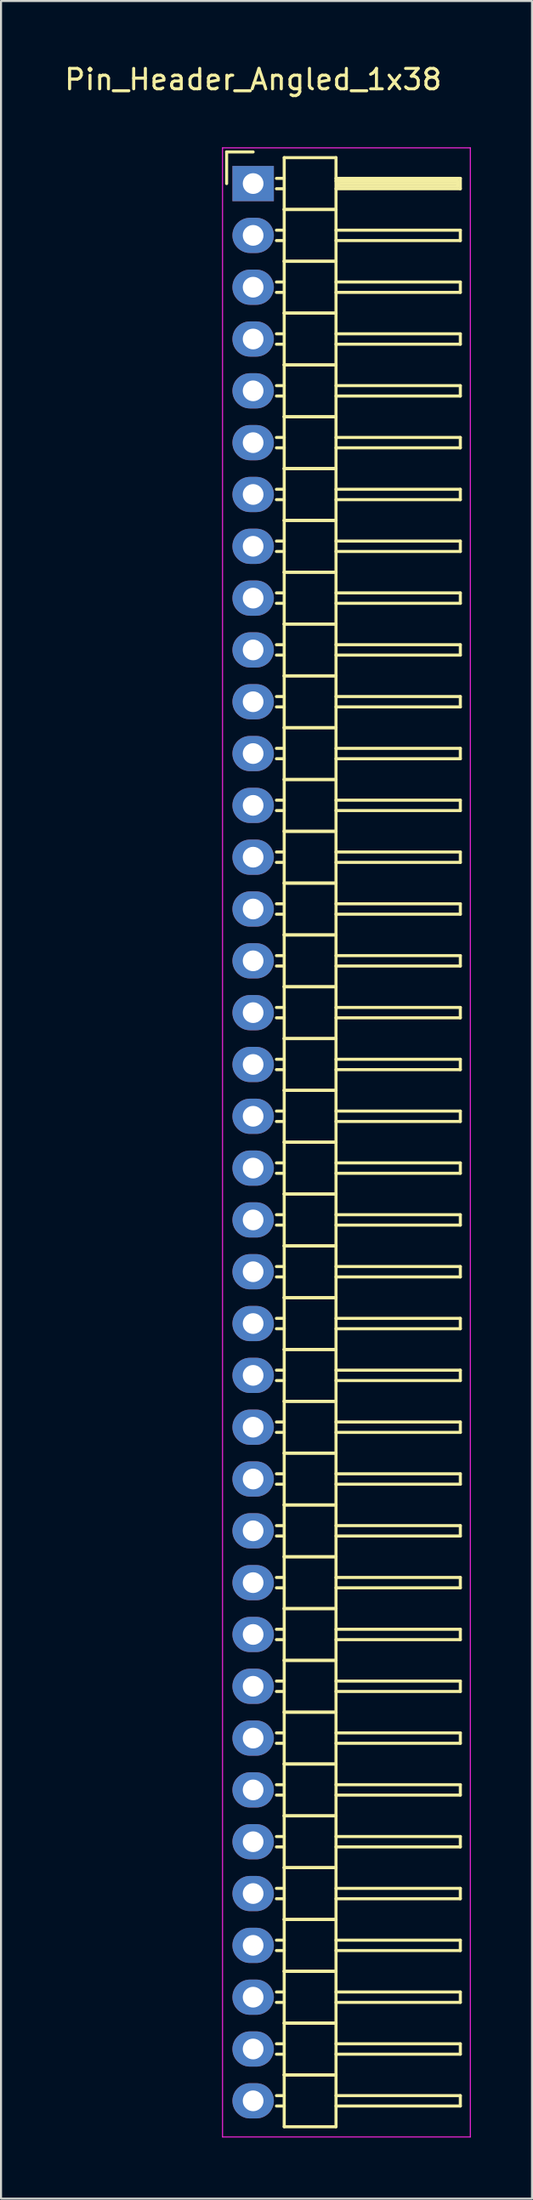
<source format=kicad_pcb>
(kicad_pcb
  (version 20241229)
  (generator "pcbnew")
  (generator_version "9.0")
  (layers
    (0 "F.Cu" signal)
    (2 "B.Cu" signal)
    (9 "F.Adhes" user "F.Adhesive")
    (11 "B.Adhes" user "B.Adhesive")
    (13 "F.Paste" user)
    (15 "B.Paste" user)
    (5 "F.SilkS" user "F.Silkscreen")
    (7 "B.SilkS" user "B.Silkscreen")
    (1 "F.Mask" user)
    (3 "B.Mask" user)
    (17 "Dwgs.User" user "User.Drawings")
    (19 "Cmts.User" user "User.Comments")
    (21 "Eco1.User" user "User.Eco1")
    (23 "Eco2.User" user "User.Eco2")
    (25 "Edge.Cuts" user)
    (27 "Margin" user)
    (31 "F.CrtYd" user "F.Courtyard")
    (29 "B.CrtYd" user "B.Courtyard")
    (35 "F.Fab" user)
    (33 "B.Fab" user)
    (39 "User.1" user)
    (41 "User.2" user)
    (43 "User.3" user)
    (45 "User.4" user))
  (footprint "Pin_Header_Angled_1x38"
    (layer "F.Cu")
    (at 9.363 5.948)
    (property "Reference" "Pin_Header_Angled_1x38" (at 0 -5.1 0) (layer "F.SilkS") (effects (font (size 1 1) (thickness 0.15))))
    (attr through_hole)
    (fp_line (start -1.3 -1.55) (end -1.3 0) (stroke (width 0.15) (type solid)) (layer "F.SilkS"))
    (fp_line (start 0 -1.55) (end -1.3 -1.55) (stroke (width 0.15) (type solid)) (layer "F.SilkS"))
    (fp_line (start 1.524 -1.27) (end 1.524 1.27) (stroke (width 0.15) (type solid)) (layer "F.SilkS"))
    (fp_line (start 1.524 -1.27) (end 4.064 -1.27) (stroke (width 0.15) (type solid)) (layer "F.SilkS"))
    (fp_line (start 1.524 -0.254) (end 1.143 -0.254) (stroke (width 0.15) (type solid)) (layer "F.SilkS"))
    (fp_line (start 1.524 0.254) (end 1.143 0.254) (stroke (width 0.15) (type solid)) (layer "F.SilkS"))
    (fp_line (start 1.524 1.27) (end 1.524 3.81) (stroke (width 0.15) (type solid)) (layer "F.SilkS"))
    (fp_line (start 1.524 1.27) (end 4.064 1.27) (stroke (width 0.15) (type solid)) (layer "F.SilkS"))
    (fp_line (start 1.524 1.27) (end 4.064 1.27) (stroke (width 0.15) (type solid)) (layer "F.SilkS"))
    (fp_line (start 1.524 2.286) (end 1.143 2.286) (stroke (width 0.15) (type solid)) (layer "F.SilkS"))
    (fp_line (start 1.524 2.794) (end 1.143 2.794) (stroke (width 0.15) (type solid)) (layer "F.SilkS"))
    (fp_line (start 1.524 3.81) (end 1.524 6.35) (stroke (width 0.15) (type solid)) (layer "F.SilkS"))
    (fp_line (start 1.524 3.81) (end 4.064 3.81) (stroke (width 0.15) (type solid)) (layer "F.SilkS"))
    (fp_line (start 1.524 3.81) (end 4.064 3.81) (stroke (width 0.15) (type solid)) (layer "F.SilkS"))
    (fp_line (start 1.524 4.826) (end 1.143 4.826) (stroke (width 0.15) (type solid)) (layer "F.SilkS"))
    (fp_line (start 1.524 5.334) (end 1.143 5.334) (stroke (width 0.15) (type solid)) (layer "F.SilkS"))
    (fp_line (start 1.524 6.35) (end 1.524 8.89) (stroke (width 0.15) (type solid)) (layer "F.SilkS"))
    (fp_line (start 1.524 6.35) (end 4.064 6.35) (stroke (width 0.15) (type solid)) (layer "F.SilkS"))
    (fp_line (start 1.524 6.35) (end 4.064 6.35) (stroke (width 0.15) (type solid)) (layer "F.SilkS"))
    (fp_line (start 1.524 7.366) (end 1.143 7.366) (stroke (width 0.15) (type solid)) (layer "F.SilkS"))
    (fp_line (start 1.524 7.874) (end 1.143 7.874) (stroke (width 0.15) (type solid)) (layer "F.SilkS"))
    (fp_line (start 1.524 8.89) (end 1.524 11.43) (stroke (width 0.15) (type solid)) (layer "F.SilkS"))
    (fp_line (start 1.524 8.89) (end 4.064 8.89) (stroke (width 0.15) (type solid)) (layer "F.SilkS"))
    (fp_line (start 1.524 8.89) (end 4.064 8.89) (stroke (width 0.15) (type solid)) (layer "F.SilkS"))
    (fp_line (start 1.524 9.906) (end 1.143 9.906) (stroke (width 0.15) (type solid)) (layer "F.SilkS"))
    (fp_line (start 1.524 10.414) (end 1.143 10.414) (stroke (width 0.15) (type solid)) (layer "F.SilkS"))
    (fp_line (start 1.524 11.43) (end 1.524 13.97) (stroke (width 0.15) (type solid)) (layer "F.SilkS"))
    (fp_line (start 1.524 11.43) (end 4.064 11.43) (stroke (width 0.15) (type solid)) (layer "F.SilkS"))
    (fp_line (start 1.524 11.43) (end 4.064 11.43) (stroke (width 0.15) (type solid)) (layer "F.SilkS"))
    (fp_line (start 1.524 12.446) (end 1.143 12.446) (stroke (width 0.15) (type solid)) (layer "F.SilkS"))
    (fp_line (start 1.524 12.954) (end 1.143 12.954) (stroke (width 0.15) (type solid)) (layer "F.SilkS"))
    (fp_line (start 1.524 13.97) (end 1.524 16.51) (stroke (width 0.15) (type solid)) (layer "F.SilkS"))
    (fp_line (start 1.524 13.97) (end 4.064 13.97) (stroke (width 0.15) (type solid)) (layer "F.SilkS"))
    (fp_line (start 1.524 13.97) (end 4.064 13.97) (stroke (width 0.15) (type solid)) (layer "F.SilkS"))
    (fp_line (start 1.524 14.986) (end 1.143 14.986) (stroke (width 0.15) (type solid)) (layer "F.SilkS"))
    (fp_line (start 1.524 15.494) (end 1.143 15.494) (stroke (width 0.15) (type solid)) (layer "F.SilkS"))
    (fp_line (start 1.524 16.51) (end 1.524 19.05) (stroke (width 0.15) (type solid)) (layer "F.SilkS"))
    (fp_line (start 1.524 16.51) (end 4.064 16.51) (stroke (width 0.15) (type solid)) (layer "F.SilkS"))
    (fp_line (start 1.524 16.51) (end 4.064 16.51) (stroke (width 0.15) (type solid)) (layer "F.SilkS"))
    (fp_line (start 1.524 17.526) (end 1.143 17.526) (stroke (width 0.15) (type solid)) (layer "F.SilkS"))
    (fp_line (start 1.524 18.034) (end 1.143 18.034) (stroke (width 0.15) (type solid)) (layer "F.SilkS"))
    (fp_line (start 1.524 19.05) (end 1.524 21.59) (stroke (width 0.15) (type solid)) (layer "F.SilkS"))
    (fp_line (start 1.524 19.05) (end 4.064 19.05) (stroke (width 0.15) (type solid)) (layer "F.SilkS"))
    (fp_line (start 1.524 19.05) (end 4.064 19.05) (stroke (width 0.15) (type solid)) (layer "F.SilkS"))
    (fp_line (start 1.524 20.066) (end 1.143 20.066) (stroke (width 0.15) (type solid)) (layer "F.SilkS"))
    (fp_line (start 1.524 20.574) (end 1.143 20.574) (stroke (width 0.15) (type solid)) (layer "F.SilkS"))
    (fp_line (start 1.524 21.59) (end 1.524 24.13) (stroke (width 0.15) (type solid)) (layer "F.SilkS"))
    (fp_line (start 1.524 21.59) (end 4.064 21.59) (stroke (width 0.15) (type solid)) (layer "F.SilkS"))
    (fp_line (start 1.524 21.59) (end 4.064 21.59) (stroke (width 0.15) (type solid)) (layer "F.SilkS"))
    (fp_line (start 1.524 22.606) (end 1.143 22.606) (stroke (width 0.15) (type solid)) (layer "F.SilkS"))
    (fp_line (start 1.524 23.114) (end 1.143 23.114) (stroke (width 0.15) (type solid)) (layer "F.SilkS"))
    (fp_line (start 1.524 24.13) (end 1.524 26.67) (stroke (width 0.15) (type solid)) (layer "F.SilkS"))
    (fp_line (start 1.524 24.13) (end 4.064 24.13) (stroke (width 0.15) (type solid)) (layer "F.SilkS"))
    (fp_line (start 1.524 24.13) (end 4.064 24.13) (stroke (width 0.15) (type solid)) (layer "F.SilkS"))
    (fp_line (start 1.524 25.146) (end 1.143 25.146) (stroke (width 0.15) (type solid)) (layer "F.SilkS"))
    (fp_line (start 1.524 25.654) (end 1.143 25.654) (stroke (width 0.15) (type solid)) (layer "F.SilkS"))
    (fp_line (start 1.524 26.67) (end 1.524 29.21) (stroke (width 0.15) (type solid)) (layer "F.SilkS"))
    (fp_line (start 1.524 26.67) (end 4.064 26.67) (stroke (width 0.15) (type solid)) (layer "F.SilkS"))
    (fp_line (start 1.524 26.67) (end 4.064 26.67) (stroke (width 0.15) (type solid)) (layer "F.SilkS"))
    (fp_line (start 1.524 27.686) (end 1.143 27.686) (stroke (width 0.15) (type solid)) (layer "F.SilkS"))
    (fp_line (start 1.524 28.194) (end 1.143 28.194) (stroke (width 0.15) (type solid)) (layer "F.SilkS"))
    (fp_line (start 1.524 29.21) (end 1.524 31.75) (stroke (width 0.15) (type solid)) (layer "F.SilkS"))
    (fp_line (start 1.524 29.21) (end 4.064 29.21) (stroke (width 0.15) (type solid)) (layer "F.SilkS"))
    (fp_line (start 1.524 29.21) (end 4.064 29.21) (stroke (width 0.15) (type solid)) (layer "F.SilkS"))
    (fp_line (start 1.524 30.226) (end 1.143 30.226) (stroke (width 0.15) (type solid)) (layer "F.SilkS"))
    (fp_line (start 1.524 30.734) (end 1.143 30.734) (stroke (width 0.15) (type solid)) (layer "F.SilkS"))
    (fp_line (start 1.524 31.75) (end 1.524 34.29) (stroke (width 0.15) (type solid)) (layer "F.SilkS"))
    (fp_line (start 1.524 31.75) (end 4.064 31.75) (stroke (width 0.15) (type solid)) (layer "F.SilkS"))
    (fp_line (start 1.524 31.75) (end 4.064 31.75) (stroke (width 0.15) (type solid)) (layer "F.SilkS"))
    (fp_line (start 1.524 32.766) (end 1.143 32.766) (stroke (width 0.15) (type solid)) (layer "F.SilkS"))
    (fp_line (start 1.524 33.274) (end 1.143 33.274) (stroke (width 0.15) (type solid)) (layer "F.SilkS"))
    (fp_line (start 1.524 34.29) (end 1.524 36.83) (stroke (width 0.15) (type solid)) (layer "F.SilkS"))
    (fp_line (start 1.524 34.29) (end 4.064 34.29) (stroke (width 0.15) (type solid)) (layer "F.SilkS"))
    (fp_line (start 1.524 34.29) (end 4.064 34.29) (stroke (width 0.15) (type solid)) (layer "F.SilkS"))
    (fp_line (start 1.524 35.306) (end 1.143 35.306) (stroke (width 0.15) (type solid)) (layer "F.SilkS"))
    (fp_line (start 1.524 35.814) (end 1.143 35.814) (stroke (width 0.15) (type solid)) (layer "F.SilkS"))
    (fp_line (start 1.524 36.83) (end 1.524 39.37) (stroke (width 0.15) (type solid)) (layer "F.SilkS"))
    (fp_line (start 1.524 36.83) (end 4.064 36.83) (stroke (width 0.15) (type solid)) (layer "F.SilkS"))
    (fp_line (start 1.524 36.83) (end 4.064 36.83) (stroke (width 0.15) (type solid)) (layer "F.SilkS"))
    (fp_line (start 1.524 37.846) (end 1.143 37.846) (stroke (width 0.15) (type solid)) (layer "F.SilkS"))
    (fp_line (start 1.524 38.354) (end 1.143 38.354) (stroke (width 0.15) (type solid)) (layer "F.SilkS"))
    (fp_line (start 1.524 39.37) (end 1.524 41.91) (stroke (width 0.15) (type solid)) (layer "F.SilkS"))
    (fp_line (start 1.524 39.37) (end 4.064 39.37) (stroke (width 0.15) (type solid)) (layer "F.SilkS"))
    (fp_line (start 1.524 39.37) (end 4.064 39.37) (stroke (width 0.15) (type solid)) (layer "F.SilkS"))
    (fp_line (start 1.524 40.386) (end 1.143 40.386) (stroke (width 0.15) (type solid)) (layer "F.SilkS"))
    (fp_line (start 1.524 40.894) (end 1.143 40.894) (stroke (width 0.15) (type solid)) (layer "F.SilkS"))
    (fp_line (start 1.524 41.91) (end 1.524 44.45) (stroke (width 0.15) (type solid)) (layer "F.SilkS"))
    (fp_line (start 1.524 41.91) (end 4.064 41.91) (stroke (width 0.15) (type solid)) (layer "F.SilkS"))
    (fp_line (start 1.524 41.91) (end 4.064 41.91) (stroke (width 0.15) (type solid)) (layer "F.SilkS"))
    (fp_line (start 1.524 42.926) (end 1.143 42.926) (stroke (width 0.15) (type solid)) (layer "F.SilkS"))
    (fp_line (start 1.524 43.434) (end 1.143 43.434) (stroke (width 0.15) (type solid)) (layer "F.SilkS"))
    (fp_line (start 1.524 44.45) (end 1.524 46.99) (stroke (width 0.15) (type solid)) (layer "F.SilkS"))
    (fp_line (start 1.524 44.45) (end 4.064 44.45) (stroke (width 0.15) (type solid)) (layer "F.SilkS"))
    (fp_line (start 1.524 44.45) (end 4.064 44.45) (stroke (width 0.15) (type solid)) (layer "F.SilkS"))
    (fp_line (start 1.524 45.466) (end 1.143 45.466) (stroke (width 0.15) (type solid)) (layer "F.SilkS"))
    (fp_line (start 1.524 45.974) (end 1.143 45.974) (stroke (width 0.15) (type solid)) (layer "F.SilkS"))
    (fp_line (start 1.524 46.99) (end 1.524 49.53) (stroke (width 0.15) (type solid)) (layer "F.SilkS"))
    (fp_line (start 1.524 46.99) (end 4.064 46.99) (stroke (width 0.15) (type solid)) (layer "F.SilkS"))
    (fp_line (start 1.524 46.99) (end 4.064 46.99) (stroke (width 0.15) (type solid)) (layer "F.SilkS"))
    (fp_line (start 1.524 48.006) (end 1.143 48.006) (stroke (width 0.15) (type solid)) (layer "F.SilkS"))
    (fp_line (start 1.524 48.514) (end 1.143 48.514) (stroke (width 0.15) (type solid)) (layer "F.SilkS"))
    (fp_line (start 1.524 49.53) (end 1.524 52.07) (stroke (width 0.15) (type solid)) (layer "F.SilkS"))
    (fp_line (start 1.524 49.53) (end 4.064 49.53) (stroke (width 0.15) (type solid)) (layer "F.SilkS"))
    (fp_line (start 1.524 49.53) (end 4.064 49.53) (stroke (width 0.15) (type solid)) (layer "F.SilkS"))
    (fp_line (start 1.524 50.546) (end 1.143 50.546) (stroke (width 0.15) (type solid)) (layer "F.SilkS"))
    (fp_line (start 1.524 51.054) (end 1.143 51.054) (stroke (width 0.15) (type solid)) (layer "F.SilkS"))
    (fp_line (start 1.524 52.07) (end 1.524 54.61) (stroke (width 0.15) (type solid)) (layer "F.SilkS"))
    (fp_line (start 1.524 52.07) (end 4.064 52.07) (stroke (width 0.15) (type solid)) (layer "F.SilkS"))
    (fp_line (start 1.524 52.07) (end 4.064 52.07) (stroke (width 0.15) (type solid)) (layer "F.SilkS"))
    (fp_line (start 1.524 53.086) (end 1.143 53.086) (stroke (width 0.15) (type solid)) (layer "F.SilkS"))
    (fp_line (start 1.524 53.594) (end 1.143 53.594) (stroke (width 0.15) (type solid)) (layer "F.SilkS"))
    (fp_line (start 1.524 54.61) (end 1.524 57.15) (stroke (width 0.15) (type solid)) (layer "F.SilkS"))
    (fp_line (start 1.524 54.61) (end 4.064 54.61) (stroke (width 0.15) (type solid)) (layer "F.SilkS"))
    (fp_line (start 1.524 54.61) (end 4.064 54.61) (stroke (width 0.15) (type solid)) (layer "F.SilkS"))
    (fp_line (start 1.524 55.626) (end 1.143 55.626) (stroke (width 0.15) (type solid)) (layer "F.SilkS"))
    (fp_line (start 1.524 56.134) (end 1.143 56.134) (stroke (width 0.15) (type solid)) (layer "F.SilkS"))
    (fp_line (start 1.524 57.15) (end 1.524 59.69) (stroke (width 0.15) (type solid)) (layer "F.SilkS"))
    (fp_line (start 1.524 57.15) (end 4.064 57.15) (stroke (width 0.15) (type solid)) (layer "F.SilkS"))
    (fp_line (start 1.524 57.15) (end 4.064 57.15) (stroke (width 0.15) (type solid)) (layer "F.SilkS"))
    (fp_line (start 1.524 58.166) (end 1.143 58.166) (stroke (width 0.15) (type solid)) (layer "F.SilkS"))
    (fp_line (start 1.524 58.674) (end 1.143 58.674) (stroke (width 0.15) (type solid)) (layer "F.SilkS"))
    (fp_line (start 1.524 59.69) (end 1.524 62.23) (stroke (width 0.15) (type solid)) (layer "F.SilkS"))
    (fp_line (start 1.524 59.69) (end 4.064 59.69) (stroke (width 0.15) (type solid)) (layer "F.SilkS"))
    (fp_line (start 1.524 59.69) (end 4.064 59.69) (stroke (width 0.15) (type solid)) (layer "F.SilkS"))
    (fp_line (start 1.524 60.706) (end 1.143 60.706) (stroke (width 0.15) (type solid)) (layer "F.SilkS"))
    (fp_line (start 1.524 61.214) (end 1.143 61.214) (stroke (width 0.15) (type solid)) (layer "F.SilkS"))
    (fp_line (start 1.524 62.23) (end 1.524 64.77) (stroke (width 0.15) (type solid)) (layer "F.SilkS"))
    (fp_line (start 1.524 62.23) (end 4.064 62.23) (stroke (width 0.15) (type solid)) (layer "F.SilkS"))
    (fp_line (start 1.524 62.23) (end 4.064 62.23) (stroke (width 0.15) (type solid)) (layer "F.SilkS"))
    (fp_line (start 1.524 63.246) (end 1.143 63.246) (stroke (width 0.15) (type solid)) (layer "F.SilkS"))
    (fp_line (start 1.524 63.754) (end 1.143 63.754) (stroke (width 0.15) (type solid)) (layer "F.SilkS"))
    (fp_line (start 1.524 64.77) (end 1.524 67.31) (stroke (width 0.15) (type solid)) (layer "F.SilkS"))
    (fp_line (start 1.524 64.77) (end 4.064 64.77) (stroke (width 0.15) (type solid)) (layer "F.SilkS"))
    (fp_line (start 1.524 64.77) (end 4.064 64.77) (stroke (width 0.15) (type solid)) (layer "F.SilkS"))
    (fp_line (start 1.524 65.786) (end 1.143 65.786) (stroke (width 0.15) (type solid)) (layer "F.SilkS"))
    (fp_line (start 1.524 66.294) (end 1.143 66.294) (stroke (width 0.15) (type solid)) (layer "F.SilkS"))
    (fp_line (start 1.524 67.31) (end 1.524 69.85) (stroke (width 0.15) (type solid)) (layer "F.SilkS"))
    (fp_line (start 1.524 67.31) (end 4.064 67.31) (stroke (width 0.15) (type solid)) (layer "F.SilkS"))
    (fp_line (start 1.524 67.31) (end 4.064 67.31) (stroke (width 0.15) (type solid)) (layer "F.SilkS"))
    (fp_line (start 1.524 68.326) (end 1.143 68.326) (stroke (width 0.15) (type solid)) (layer "F.SilkS"))
    (fp_line (start 1.524 68.834) (end 1.143 68.834) (stroke (width 0.15) (type solid)) (layer "F.SilkS"))
    (fp_line (start 1.524 69.85) (end 1.524 72.39) (stroke (width 0.15) (type solid)) (layer "F.SilkS"))
    (fp_line (start 1.524 69.85) (end 4.064 69.85) (stroke (width 0.15) (type solid)) (layer "F.SilkS"))
    (fp_line (start 1.524 69.85) (end 4.064 69.85) (stroke (width 0.15) (type solid)) (layer "F.SilkS"))
    (fp_line (start 1.524 70.866) (end 1.143 70.866) (stroke (width 0.15) (type solid)) (layer "F.SilkS"))
    (fp_line (start 1.524 71.374) (end 1.143 71.374) (stroke (width 0.15) (type solid)) (layer "F.SilkS"))
    (fp_line (start 1.524 72.39) (end 1.524 74.93) (stroke (width 0.15) (type solid)) (layer "F.SilkS"))
    (fp_line (start 1.524 72.39) (end 4.064 72.39) (stroke (width 0.15) (type solid)) (layer "F.SilkS"))
    (fp_line (start 1.524 72.39) (end 4.064 72.39) (stroke (width 0.15) (type solid)) (layer "F.SilkS"))
    (fp_line (start 1.524 73.406) (end 1.143 73.406) (stroke (width 0.15) (type solid)) (layer "F.SilkS"))
    (fp_line (start 1.524 73.914) (end 1.143 73.914) (stroke (width 0.15) (type solid)) (layer "F.SilkS"))
    (fp_line (start 1.524 74.93) (end 1.524 77.47) (stroke (width 0.15) (type solid)) (layer "F.SilkS"))
    (fp_line (start 1.524 74.93) (end 4.064 74.93) (stroke (width 0.15) (type solid)) (layer "F.SilkS"))
    (fp_line (start 1.524 74.93) (end 4.064 74.93) (stroke (width 0.15) (type solid)) (layer "F.SilkS"))
    (fp_line (start 1.524 75.946) (end 1.143 75.946) (stroke (width 0.15) (type solid)) (layer "F.SilkS"))
    (fp_line (start 1.524 76.454) (end 1.143 76.454) (stroke (width 0.15) (type solid)) (layer "F.SilkS"))
    (fp_line (start 1.524 77.47) (end 1.524 80.01) (stroke (width 0.15) (type solid)) (layer "F.SilkS"))
    (fp_line (start 1.524 77.47) (end 4.064 77.47) (stroke (width 0.15) (type solid)) (layer "F.SilkS"))
    (fp_line (start 1.524 77.47) (end 4.064 77.47) (stroke (width 0.15) (type solid)) (layer "F.SilkS"))
    (fp_line (start 1.524 78.486) (end 1.143 78.486) (stroke (width 0.15) (type solid)) (layer "F.SilkS"))
    (fp_line (start 1.524 78.994) (end 1.143 78.994) (stroke (width 0.15) (type solid)) (layer "F.SilkS"))
    (fp_line (start 1.524 80.01) (end 1.524 82.55) (stroke (width 0.15) (type solid)) (layer "F.SilkS"))
    (fp_line (start 1.524 80.01) (end 4.064 80.01) (stroke (width 0.15) (type solid)) (layer "F.SilkS"))
    (fp_line (start 1.524 80.01) (end 4.064 80.01) (stroke (width 0.15) (type solid)) (layer "F.SilkS"))
    (fp_line (start 1.524 81.026) (end 1.143 81.026) (stroke (width 0.15) (type solid)) (layer "F.SilkS"))
    (fp_line (start 1.524 81.534) (end 1.143 81.534) (stroke (width 0.15) (type solid)) (layer "F.SilkS"))
    (fp_line (start 1.524 82.55) (end 1.524 85.09) (stroke (width 0.15) (type solid)) (layer "F.SilkS"))
    (fp_line (start 1.524 82.55) (end 4.064 82.55) (stroke (width 0.15) (type solid)) (layer "F.SilkS"))
    (fp_line (start 1.524 82.55) (end 4.064 82.55) (stroke (width 0.15) (type solid)) (layer "F.SilkS"))
    (fp_line (start 1.524 83.566) (end 1.143 83.566) (stroke (width 0.15) (type solid)) (layer "F.SilkS"))
    (fp_line (start 1.524 84.074) (end 1.143 84.074) (stroke (width 0.15) (type solid)) (layer "F.SilkS"))
    (fp_line (start 1.524 85.09) (end 1.524 87.63) (stroke (width 0.15) (type solid)) (layer "F.SilkS"))
    (fp_line (start 1.524 85.09) (end 4.064 85.09) (stroke (width 0.15) (type solid)) (layer "F.SilkS"))
    (fp_line (start 1.524 85.09) (end 4.064 85.09) (stroke (width 0.15) (type solid)) (layer "F.SilkS"))
    (fp_line (start 1.524 86.106) (end 1.143 86.106) (stroke (width 0.15) (type solid)) (layer "F.SilkS"))
    (fp_line (start 1.524 86.614) (end 1.143 86.614) (stroke (width 0.15) (type solid)) (layer "F.SilkS"))
    (fp_line (start 1.524 87.63) (end 1.524 90.17) (stroke (width 0.15) (type solid)) (layer "F.SilkS"))
    (fp_line (start 1.524 87.63) (end 4.064 87.63) (stroke (width 0.15) (type solid)) (layer "F.SilkS"))
    (fp_line (start 1.524 87.63) (end 4.064 87.63) (stroke (width 0.15) (type solid)) (layer "F.SilkS"))
    (fp_line (start 1.524 88.646) (end 1.143 88.646) (stroke (width 0.15) (type solid)) (layer "F.SilkS"))
    (fp_line (start 1.524 89.154) (end 1.143 89.154) (stroke (width 0.15) (type solid)) (layer "F.SilkS"))
    (fp_line (start 1.524 90.17) (end 1.524 92.71) (stroke (width 0.15) (type solid)) (layer "F.SilkS"))
    (fp_line (start 1.524 90.17) (end 4.064 90.17) (stroke (width 0.15) (type solid)) (layer "F.SilkS"))
    (fp_line (start 1.524 90.17) (end 4.064 90.17) (stroke (width 0.15) (type solid)) (layer "F.SilkS"))
    (fp_line (start 1.524 91.186) (end 1.143 91.186) (stroke (width 0.15) (type solid)) (layer "F.SilkS"))
    (fp_line (start 1.524 91.694) (end 1.143 91.694) (stroke (width 0.15) (type solid)) (layer "F.SilkS"))
    (fp_line (start 1.524 92.71) (end 1.524 95.25) (stroke (width 0.15) (type solid)) (layer "F.SilkS"))
    (fp_line (start 1.524 92.71) (end 4.064 92.71) (stroke (width 0.15) (type solid)) (layer "F.SilkS"))
    (fp_line (start 1.524 92.71) (end 4.064 92.71) (stroke (width 0.15) (type solid)) (layer "F.SilkS"))
    (fp_line (start 1.524 93.726) (end 1.143 93.726) (stroke (width 0.15) (type solid)) (layer "F.SilkS"))
    (fp_line (start 1.524 94.234) (end 1.143 94.234) (stroke (width 0.15) (type solid)) (layer "F.SilkS"))
    (fp_line (start 1.524 95.25) (end 4.064 95.25) (stroke (width 0.15) (type solid)) (layer "F.SilkS"))
    (fp_line (start 4.064 -0.254) (end 10.16 -0.254) (stroke (width 0.15) (type solid)) (layer "F.SilkS"))
    (fp_line (start 4.064 -0.127) (end 10.033 -0.127) (stroke (width 0.15) (type solid)) (layer "F.SilkS"))
    (fp_line (start 4.064 1.27) (end 4.064 -1.27) (stroke (width 0.15) (type solid)) (layer "F.SilkS"))
    (fp_line (start 4.064 2.286) (end 10.16 2.286) (stroke (width 0.15) (type solid)) (layer "F.SilkS"))
    (fp_line (start 4.064 3.81) (end 4.064 1.27) (stroke (width 0.15) (type solid)) (layer "F.SilkS"))
    (fp_line (start 4.064 4.826) (end 10.16 4.826) (stroke (width 0.15) (type solid)) (layer "F.SilkS"))
    (fp_line (start 4.064 6.35) (end 4.064 3.81) (stroke (width 0.15) (type solid)) (layer "F.SilkS"))
    (fp_line (start 4.064 7.366) (end 10.16 7.366) (stroke (width 0.15) (type solid)) (layer "F.SilkS"))
    (fp_line (start 4.064 8.89) (end 4.064 6.35) (stroke (width 0.15) (type solid)) (layer "F.SilkS"))
    (fp_line (start 4.064 9.906) (end 10.16 9.906) (stroke (width 0.15) (type solid)) (layer "F.SilkS"))
    (fp_line (start 4.064 11.43) (end 4.064 8.89) (stroke (width 0.15) (type solid)) (layer "F.SilkS"))
    (fp_line (start 4.064 12.446) (end 10.16 12.446) (stroke (width 0.15) (type solid)) (layer "F.SilkS"))
    (fp_line (start 4.064 13.97) (end 4.064 11.43) (stroke (width 0.15) (type solid)) (layer "F.SilkS"))
    (fp_line (start 4.064 14.986) (end 10.16 14.986) (stroke (width 0.15) (type solid)) (layer "F.SilkS"))
    (fp_line (start 4.064 16.51) (end 4.064 13.97) (stroke (width 0.15) (type solid)) (layer "F.SilkS"))
    (fp_line (start 4.064 17.526) (end 10.16 17.526) (stroke (width 0.15) (type solid)) (layer "F.SilkS"))
    (fp_line (start 4.064 19.05) (end 4.064 16.51) (stroke (width 0.15) (type solid)) (layer "F.SilkS"))
    (fp_line (start 4.064 20.066) (end 10.16 20.066) (stroke (width 0.15) (type solid)) (layer "F.SilkS"))
    (fp_line (start 4.064 21.59) (end 4.064 19.05) (stroke (width 0.15) (type solid)) (layer "F.SilkS"))
    (fp_line (start 4.064 22.606) (end 10.16 22.606) (stroke (width 0.15) (type solid)) (layer "F.SilkS"))
    (fp_line (start 4.064 24.13) (end 4.064 21.59) (stroke (width 0.15) (type solid)) (layer "F.SilkS"))
    (fp_line (start 4.064 25.146) (end 10.16 25.146) (stroke (width 0.15) (type solid)) (layer "F.SilkS"))
    (fp_line (start 4.064 26.67) (end 4.064 24.13) (stroke (width 0.15) (type solid)) (layer "F.SilkS"))
    (fp_line (start 4.064 27.686) (end 10.16 27.686) (stroke (width 0.15) (type solid)) (layer "F.SilkS"))
    (fp_line (start 4.064 29.21) (end 4.064 26.67) (stroke (width 0.15) (type solid)) (layer "F.SilkS"))
    (fp_line (start 4.064 30.226) (end 10.16 30.226) (stroke (width 0.15) (type solid)) (layer "F.SilkS"))
    (fp_line (start 4.064 31.75) (end 4.064 29.21) (stroke (width 0.15) (type solid)) (layer "F.SilkS"))
    (fp_line (start 4.064 32.766) (end 10.16 32.766) (stroke (width 0.15) (type solid)) (layer "F.SilkS"))
    (fp_line (start 4.064 34.29) (end 4.064 31.75) (stroke (width 0.15) (type solid)) (layer "F.SilkS"))
    (fp_line (start 4.064 35.306) (end 10.16 35.306) (stroke (width 0.15) (type solid)) (layer "F.SilkS"))
    (fp_line (start 4.064 36.83) (end 4.064 34.29) (stroke (width 0.15) (type solid)) (layer "F.SilkS"))
    (fp_line (start 4.064 37.846) (end 10.16 37.846) (stroke (width 0.15) (type solid)) (layer "F.SilkS"))
    (fp_line (start 4.064 39.37) (end 4.064 36.83) (stroke (width 0.15) (type solid)) (layer "F.SilkS"))
    (fp_line (start 4.064 40.386) (end 10.16 40.386) (stroke (width 0.15) (type solid)) (layer "F.SilkS"))
    (fp_line (start 4.064 41.91) (end 4.064 39.37) (stroke (width 0.15) (type solid)) (layer "F.SilkS"))
    (fp_line (start 4.064 42.926) (end 10.16 42.926) (stroke (width 0.15) (type solid)) (layer "F.SilkS"))
    (fp_line (start 4.064 44.45) (end 4.064 41.91) (stroke (width 0.15) (type solid)) (layer "F.SilkS"))
    (fp_line (start 4.064 45.466) (end 10.16 45.466) (stroke (width 0.15) (type solid)) (layer "F.SilkS"))
    (fp_line (start 4.064 46.99) (end 4.064 44.45) (stroke (width 0.15) (type solid)) (layer "F.SilkS"))
    (fp_line (start 4.064 48.006) (end 10.16 48.006) (stroke (width 0.15) (type solid)) (layer "F.SilkS"))
    (fp_line (start 4.064 49.53) (end 4.064 46.99) (stroke (width 0.15) (type solid)) (layer "F.SilkS"))
    (fp_line (start 4.064 50.546) (end 10.16 50.546) (stroke (width 0.15) (type solid)) (layer "F.SilkS"))
    (fp_line (start 4.064 52.07) (end 4.064 49.53) (stroke (width 0.15) (type solid)) (layer "F.SilkS"))
    (fp_line (start 4.064 53.086) (end 10.16 53.086) (stroke (width 0.15) (type solid)) (layer "F.SilkS"))
    (fp_line (start 4.064 54.61) (end 4.064 52.07) (stroke (width 0.15) (type solid)) (layer "F.SilkS"))
    (fp_line (start 4.064 55.626) (end 10.16 55.626) (stroke (width 0.15) (type solid)) (layer "F.SilkS"))
    (fp_line (start 4.064 57.15) (end 4.064 54.61) (stroke (width 0.15) (type solid)) (layer "F.SilkS"))
    (fp_line (start 4.064 58.166) (end 10.16 58.166) (stroke (width 0.15) (type solid)) (layer "F.SilkS"))
    (fp_line (start 4.064 59.69) (end 4.064 57.15) (stroke (width 0.15) (type solid)) (layer "F.SilkS"))
    (fp_line (start 4.064 60.706) (end 10.16 60.706) (stroke (width 0.15) (type solid)) (layer "F.SilkS"))
    (fp_line (start 4.064 62.23) (end 4.064 59.69) (stroke (width 0.15) (type solid)) (layer "F.SilkS"))
    (fp_line (start 4.064 63.246) (end 10.16 63.246) (stroke (width 0.15) (type solid)) (layer "F.SilkS"))
    (fp_line (start 4.064 64.77) (end 4.064 62.23) (stroke (width 0.15) (type solid)) (layer "F.SilkS"))
    (fp_line (start 4.064 65.786) (end 10.16 65.786) (stroke (width 0.15) (type solid)) (layer "F.SilkS"))
    (fp_line (start 4.064 67.31) (end 4.064 64.77) (stroke (width 0.15) (type solid)) (layer "F.SilkS"))
    (fp_line (start 4.064 68.326) (end 10.16 68.326) (stroke (width 0.15) (type solid)) (layer "F.SilkS"))
    (fp_line (start 4.064 69.85) (end 4.064 67.31) (stroke (width 0.15) (type solid)) (layer "F.SilkS"))
    (fp_line (start 4.064 70.866) (end 10.16 70.866) (stroke (width 0.15) (type solid)) (layer "F.SilkS"))
    (fp_line (start 4.064 72.39) (end 4.064 69.85) (stroke (width 0.15) (type solid)) (layer "F.SilkS"))
    (fp_line (start 4.064 73.406) (end 10.16 73.406) (stroke (width 0.15) (type solid)) (layer "F.SilkS"))
    (fp_line (start 4.064 74.93) (end 4.064 72.39) (stroke (width 0.15) (type solid)) (layer "F.SilkS"))
    (fp_line (start 4.064 75.946) (end 10.16 75.946) (stroke (width 0.15) (type solid)) (layer "F.SilkS"))
    (fp_line (start 4.064 77.47) (end 4.064 74.93) (stroke (width 0.15) (type solid)) (layer "F.SilkS"))
    (fp_line (start 4.064 78.486) (end 10.16 78.486) (stroke (width 0.15) (type solid)) (layer "F.SilkS"))
    (fp_line (start 4.064 80.01) (end 4.064 77.47) (stroke (width 0.15) (type solid)) (layer "F.SilkS"))
    (fp_line (start 4.064 81.026) (end 10.16 81.026) (stroke (width 0.15) (type solid)) (layer "F.SilkS"))
    (fp_line (start 4.064 82.55) (end 4.064 80.01) (stroke (width 0.15) (type solid)) (layer "F.SilkS"))
    (fp_line (start 4.064 83.566) (end 10.16 83.566) (stroke (width 0.15) (type solid)) (layer "F.SilkS"))
    (fp_line (start 4.064 85.09) (end 4.064 82.55) (stroke (width 0.15) (type solid)) (layer "F.SilkS"))
    (fp_line (start 4.064 86.106) (end 10.16 86.106) (stroke (width 0.15) (type solid)) (layer "F.SilkS"))
    (fp_line (start 4.064 87.63) (end 4.064 85.09) (stroke (width 0.15) (type solid)) (layer "F.SilkS"))
    (fp_line (start 4.064 88.646) (end 10.16 88.646) (stroke (width 0.15) (type solid)) (layer "F.SilkS"))
    (fp_line (start 4.064 90.17) (end 4.064 87.63) (stroke (width 0.15) (type solid)) (layer "F.SilkS"))
    (fp_line (start 4.064 91.186) (end 10.16 91.186) (stroke (width 0.15) (type solid)) (layer "F.SilkS"))
    (fp_line (start 4.064 92.71) (end 4.064 90.17) (stroke (width 0.15) (type solid)) (layer "F.SilkS"))
    (fp_line (start 4.064 93.726) (end 10.16 93.726) (stroke (width 0.15) (type solid)) (layer "F.SilkS"))
    (fp_line (start 4.064 95.25) (end 4.064 92.71) (stroke (width 0.15) (type solid)) (layer "F.SilkS"))
    (fp_line (start 4.191 0) (end 10.033 0) (stroke (width 0.15) (type solid)) (layer "F.SilkS"))
    (fp_line (start 4.191 0.127) (end 4.191 0) (stroke (width 0.15) (type solid)) (layer "F.SilkS"))
    (fp_line (start 10.033 -0.127) (end 10.033 0.127) (stroke (width 0.15) (type solid)) (layer "F.SilkS"))
    (fp_line (start 10.033 0.127) (end 4.191 0.127) (stroke (width 0.15) (type solid)) (layer "F.SilkS"))
    (fp_line (start 10.16 -0.254) (end 10.16 0.254) (stroke (width 0.15) (type solid)) (layer "F.SilkS"))
    (fp_line (start 10.16 0.254) (end 4.064 0.254) (stroke (width 0.15) (type solid)) (layer "F.SilkS"))
    (fp_line (start 10.16 2.286) (end 10.16 2.794) (stroke (width 0.15) (type solid)) (layer "F.SilkS"))
    (fp_line (start 10.16 2.794) (end 4.064 2.794) (stroke (width 0.15) (type solid)) (layer "F.SilkS"))
    (fp_line (start 10.16 4.826) (end 10.16 5.334) (stroke (width 0.15) (type solid)) (layer "F.SilkS"))
    (fp_line (start 10.16 5.334) (end 4.064 5.334) (stroke (width 0.15) (type solid)) (layer "F.SilkS"))
    (fp_line (start 10.16 7.366) (end 10.16 7.874) (stroke (width 0.15) (type solid)) (layer "F.SilkS"))
    (fp_line (start 10.16 7.874) (end 4.064 7.874) (stroke (width 0.15) (type solid)) (layer "F.SilkS"))
    (fp_line (start 10.16 9.906) (end 10.16 10.414) (stroke (width 0.15) (type solid)) (layer "F.SilkS"))
    (fp_line (start 10.16 10.414) (end 4.064 10.414) (stroke (width 0.15) (type solid)) (layer "F.SilkS"))
    (fp_line (start 10.16 12.446) (end 10.16 12.954) (stroke (width 0.15) (type solid)) (layer "F.SilkS"))
    (fp_line (start 10.16 12.954) (end 4.064 12.954) (stroke (width 0.15) (type solid)) (layer "F.SilkS"))
    (fp_line (start 10.16 14.986) (end 10.16 15.494) (stroke (width 0.15) (type solid)) (layer "F.SilkS"))
    (fp_line (start 10.16 15.494) (end 4.064 15.494) (stroke (width 0.15) (type solid)) (layer "F.SilkS"))
    (fp_line (start 10.16 17.526) (end 10.16 18.034) (stroke (width 0.15) (type solid)) (layer "F.SilkS"))
    (fp_line (start 10.16 18.034) (end 4.064 18.034) (stroke (width 0.15) (type solid)) (layer "F.SilkS"))
    (fp_line (start 10.16 20.066) (end 10.16 20.574) (stroke (width 0.15) (type solid)) (layer "F.SilkS"))
    (fp_line (start 10.16 20.574) (end 4.064 20.574) (stroke (width 0.15) (type solid)) (layer "F.SilkS"))
    (fp_line (start 10.16 22.606) (end 10.16 23.114) (stroke (width 0.15) (type solid)) (layer "F.SilkS"))
    (fp_line (start 10.16 23.114) (end 4.064 23.114) (stroke (width 0.15) (type solid)) (layer "F.SilkS"))
    (fp_line (start 10.16 25.146) (end 10.16 25.654) (stroke (width 0.15) (type solid)) (layer "F.SilkS"))
    (fp_line (start 10.16 25.654) (end 4.064 25.654) (stroke (width 0.15) (type solid)) (layer "F.SilkS"))
    (fp_line (start 10.16 27.686) (end 10.16 28.194) (stroke (width 0.15) (type solid)) (layer "F.SilkS"))
    (fp_line (start 10.16 28.194) (end 4.064 28.194) (stroke (width 0.15) (type solid)) (layer "F.SilkS"))
    (fp_line (start 10.16 30.226) (end 10.16 30.734) (stroke (width 0.15) (type solid)) (layer "F.SilkS"))
    (fp_line (start 10.16 30.734) (end 4.064 30.734) (stroke (width 0.15) (type solid)) (layer "F.SilkS"))
    (fp_line (start 10.16 32.766) (end 10.16 33.274) (stroke (width 0.15) (type solid)) (layer "F.SilkS"))
    (fp_line (start 10.16 33.274) (end 4.064 33.274) (stroke (width 0.15) (type solid)) (layer "F.SilkS"))
    (fp_line (start 10.16 35.306) (end 10.16 35.814) (stroke (width 0.15) (type solid)) (layer "F.SilkS"))
    (fp_line (start 10.16 35.814) (end 4.064 35.814) (stroke (width 0.15) (type solid)) (layer "F.SilkS"))
    (fp_line (start 10.16 37.846) (end 10.16 38.354) (stroke (width 0.15) (type solid)) (layer "F.SilkS"))
    (fp_line (start 10.16 38.354) (end 4.064 38.354) (stroke (width 0.15) (type solid)) (layer "F.SilkS"))
    (fp_line (start 10.16 40.386) (end 10.16 40.894) (stroke (width 0.15) (type solid)) (layer "F.SilkS"))
    (fp_line (start 10.16 40.894) (end 4.064 40.894) (stroke (width 0.15) (type solid)) (layer "F.SilkS"))
    (fp_line (start 10.16 42.926) (end 10.16 43.434) (stroke (width 0.15) (type solid)) (layer "F.SilkS"))
    (fp_line (start 10.16 43.434) (end 4.064 43.434) (stroke (width 0.15) (type solid)) (layer "F.SilkS"))
    (fp_line (start 10.16 45.466) (end 10.16 45.974) (stroke (width 0.15) (type solid)) (layer "F.SilkS"))
    (fp_line (start 10.16 45.974) (end 4.064 45.974) (stroke (width 0.15) (type solid)) (layer "F.SilkS"))
    (fp_line (start 10.16 48.006) (end 10.16 48.514) (stroke (width 0.15) (type solid)) (layer "F.SilkS"))
    (fp_line (start 10.16 48.514) (end 4.064 48.514) (stroke (width 0.15) (type solid)) (layer "F.SilkS"))
    (fp_line (start 10.16 50.546) (end 10.16 51.054) (stroke (width 0.15) (type solid)) (layer "F.SilkS"))
    (fp_line (start 10.16 51.054) (end 4.064 51.054) (stroke (width 0.15) (type solid)) (layer "F.SilkS"))
    (fp_line (start 10.16 53.086) (end 10.16 53.594) (stroke (width 0.15) (type solid)) (layer "F.SilkS"))
    (fp_line (start 10.16 53.594) (end 4.064 53.594) (stroke (width 0.15) (type solid)) (layer "F.SilkS"))
    (fp_line (start 10.16 55.626) (end 10.16 56.134) (stroke (width 0.15) (type solid)) (layer "F.SilkS"))
    (fp_line (start 10.16 56.134) (end 4.064 56.134) (stroke (width 0.15) (type solid)) (layer "F.SilkS"))
    (fp_line (start 10.16 58.166) (end 10.16 58.674) (stroke (width 0.15) (type solid)) (layer "F.SilkS"))
    (fp_line (start 10.16 58.674) (end 4.064 58.674) (stroke (width 0.15) (type solid)) (layer "F.SilkS"))
    (fp_line (start 10.16 60.706) (end 10.16 61.214) (stroke (width 0.15) (type solid)) (layer "F.SilkS"))
    (fp_line (start 10.16 61.214) (end 4.064 61.214) (stroke (width 0.15) (type solid)) (layer "F.SilkS"))
    (fp_line (start 10.16 63.246) (end 10.16 63.754) (stroke (width 0.15) (type solid)) (layer "F.SilkS"))
    (fp_line (start 10.16 63.754) (end 4.064 63.754) (stroke (width 0.15) (type solid)) (layer "F.SilkS"))
    (fp_line (start 10.16 65.786) (end 10.16 66.294) (stroke (width 0.15) (type solid)) (layer "F.SilkS"))
    (fp_line (start 10.16 66.294) (end 4.064 66.294) (stroke (width 0.15) (type solid)) (layer "F.SilkS"))
    (fp_line (start 10.16 68.326) (end 10.16 68.834) (stroke (width 0.15) (type solid)) (layer "F.SilkS"))
    (fp_line (start 10.16 68.834) (end 4.064 68.834) (stroke (width 0.15) (type solid)) (layer "F.SilkS"))
    (fp_line (start 10.16 70.866) (end 10.16 71.374) (stroke (width 0.15) (type solid)) (layer "F.SilkS"))
    (fp_line (start 10.16 71.374) (end 4.064 71.374) (stroke (width 0.15) (type solid)) (layer "F.SilkS"))
    (fp_line (start 10.16 73.406) (end 10.16 73.914) (stroke (width 0.15) (type solid)) (layer "F.SilkS"))
    (fp_line (start 10.16 73.914) (end 4.064 73.914) (stroke (width 0.15) (type solid)) (layer "F.SilkS"))
    (fp_line (start 10.16 75.946) (end 10.16 76.454) (stroke (width 0.15) (type solid)) (layer "F.SilkS"))
    (fp_line (start 10.16 76.454) (end 4.064 76.454) (stroke (width 0.15) (type solid)) (layer "F.SilkS"))
    (fp_line (start 10.16 78.486) (end 10.16 78.994) (stroke (width 0.15) (type solid)) (layer "F.SilkS"))
    (fp_line (start 10.16 78.994) (end 4.064 78.994) (stroke (width 0.15) (type solid)) (layer "F.SilkS"))
    (fp_line (start 10.16 81.026) (end 10.16 81.534) (stroke (width 0.15) (type solid)) (layer "F.SilkS"))
    (fp_line (start 10.16 81.534) (end 4.064 81.534) (stroke (width 0.15) (type solid)) (layer "F.SilkS"))
    (fp_line (start 10.16 83.566) (end 10.16 84.074) (stroke (width 0.15) (type solid)) (layer "F.SilkS"))
    (fp_line (start 10.16 84.074) (end 4.064 84.074) (stroke (width 0.15) (type solid)) (layer "F.SilkS"))
    (fp_line (start 10.16 86.106) (end 10.16 86.614) (stroke (width 0.15) (type solid)) (layer "F.SilkS"))
    (fp_line (start 10.16 86.614) (end 4.064 86.614) (stroke (width 0.15) (type solid)) (layer "F.SilkS"))
    (fp_line (start 10.16 88.646) (end 10.16 89.154) (stroke (width 0.15) (type solid)) (layer "F.SilkS"))
    (fp_line (start 10.16 89.154) (end 4.064 89.154) (stroke (width 0.15) (type solid)) (layer "F.SilkS"))
    (fp_line (start 10.16 91.186) (end 10.16 91.694) (stroke (width 0.15) (type solid)) (layer "F.SilkS"))
    (fp_line (start 10.16 91.694) (end 4.064 91.694) (stroke (width 0.15) (type solid)) (layer "F.SilkS"))
    (fp_line (start 10.16 93.726) (end 10.16 94.234) (stroke (width 0.15) (type solid)) (layer "F.SilkS"))
    (fp_line (start 10.16 94.234) (end 4.064 94.234) (stroke (width 0.15) (type solid)) (layer "F.SilkS"))
    (fp_line (start -1.5 -1.75) (end -1.5 95.75) (stroke (width 0.05) (type solid)) (layer "F.CrtYd"))
    (fp_line (start -1.5 -1.75) (end 10.65 -1.75) (stroke (width 0.05) (type solid)) (layer "F.CrtYd"))
    (fp_line (start -1.5 95.75) (end 10.65 95.75) (stroke (width 0.05) (type solid)) (layer "F.CrtYd"))
    (fp_line (start 10.65 -1.75) (end 10.65 95.75) (stroke (width 0.05) (type solid)) (layer "F.CrtYd"))
    (pad "1" thru_hole rect (at 0 0) (size 2.032 1.727) (drill 1.016) (layers "*.Cu" "*.Mask"))
    (pad "2" thru_hole oval (at 0 2.54) (size 2.032 1.727) (drill 1.016) (layers "*.Cu" "*.Mask"))
    (pad "3" thru_hole oval (at 0 5.08) (size 2.032 1.727) (drill 1.016) (layers "*.Cu" "*.Mask"))
    (pad "4" thru_hole oval (at 0 7.62) (size 2.032 1.727) (drill 1.016) (layers "*.Cu" "*.Mask"))
    (pad "5" thru_hole oval (at 0 10.16) (size 2.032 1.727) (drill 1.016) (layers "*.Cu" "*.Mask"))
    (pad "6" thru_hole oval (at 0 12.7) (size 2.032 1.727) (drill 1.016) (layers "*.Cu" "*.Mask"))
    (pad "7" thru_hole oval (at 0 15.24) (size 2.032 1.727) (drill 1.016) (layers "*.Cu" "*.Mask"))
    (pad "8" thru_hole oval (at 0 17.78) (size 2.032 1.727) (drill 1.016) (layers "*.Cu" "*.Mask"))
    (pad "9" thru_hole oval (at 0 20.32) (size 2.032 1.727) (drill 1.016) (layers "*.Cu" "*.Mask"))
    (pad "10" thru_hole oval (at 0 22.86) (size 2.032 1.727) (drill 1.016) (layers "*.Cu" "*.Mask"))
    (pad "11" thru_hole oval (at 0 25.4) (size 2.032 1.727) (drill 1.016) (layers "*.Cu" "*.Mask"))
    (pad "12" thru_hole oval (at 0 27.94) (size 2.032 1.727) (drill 1.016) (layers "*.Cu" "*.Mask"))
    (pad "13" thru_hole oval (at 0 30.48) (size 2.032 1.727) (drill 1.016) (layers "*.Cu" "*.Mask"))
    (pad "14" thru_hole oval (at 0 33.02) (size 2.032 1.727) (drill 1.016) (layers "*.Cu" "*.Mask"))
    (pad "15" thru_hole oval (at 0 35.56) (size 2.032 1.727) (drill 1.016) (layers "*.Cu" "*.Mask"))
    (pad "16" thru_hole oval (at 0 38.1) (size 2.032 1.727) (drill 1.016) (layers "*.Cu" "*.Mask"))
    (pad "17" thru_hole oval (at 0 40.64) (size 2.032 1.727) (drill 1.016) (layers "*.Cu" "*.Mask"))
    (pad "18" thru_hole oval (at 0 43.18) (size 2.032 1.727) (drill 1.016) (layers "*.Cu" "*.Mask"))
    (pad "19" thru_hole oval (at 0 45.72) (size 2.032 1.727) (drill 1.016) (layers "*.Cu" "*.Mask"))
    (pad "20" thru_hole oval (at 0 48.26) (size 2.032 1.727) (drill 1.016) (layers "*.Cu" "*.Mask"))
    (pad "21" thru_hole oval (at 0 50.8) (size 2.032 1.727) (drill 1.016) (layers "*.Cu" "*.Mask"))
    (pad "22" thru_hole oval (at 0 53.34) (size 2.032 1.727) (drill 1.016) (layers "*.Cu" "*.Mask"))
    (pad "23" thru_hole oval (at 0 55.88) (size 2.032 1.727) (drill 1.016) (layers "*.Cu" "*.Mask"))
    (pad "24" thru_hole oval (at 0 58.42) (size 2.032 1.727) (drill 1.016) (layers "*.Cu" "*.Mask"))
    (pad "25" thru_hole oval (at 0 60.96) (size 2.032 1.727) (drill 1.016) (layers "*.Cu" "*.Mask"))
    (pad "26" thru_hole oval (at 0 63.5) (size 2.032 1.727) (drill 1.016) (layers "*.Cu" "*.Mask"))
    (pad "27" thru_hole oval (at 0 66.04) (size 2.032 1.727) (drill 1.016) (layers "*.Cu" "*.Mask"))
    (pad "28" thru_hole oval (at 0 68.58) (size 2.032 1.727) (drill 1.016) (layers "*.Cu" "*.Mask"))
    (pad "29" thru_hole oval (at 0 71.12) (size 2.032 1.727) (drill 1.016) (layers "*.Cu" "*.Mask"))
    (pad "30" thru_hole oval (at 0 73.66) (size 2.032 1.727) (drill 1.016) (layers "*.Cu" "*.Mask"))
    (pad "31" thru_hole oval (at 0 76.2) (size 2.032 1.727) (drill 1.016) (layers "*.Cu" "*.Mask"))
    (pad "32" thru_hole oval (at 0 78.74) (size 2.032 1.727) (drill 1.016) (layers "*.Cu" "*.Mask"))
    (pad "33" thru_hole oval (at 0 81.28) (size 2.032 1.727) (drill 1.016) (layers "*.Cu" "*.Mask"))
    (pad "34" thru_hole oval (at 0 83.82) (size 2.032 1.727) (drill 1.016) (layers "*.Cu" "*.Mask"))
    (pad "35" thru_hole oval (at 0 86.36) (size 2.032 1.727) (drill 1.016) (layers "*.Cu" "*.Mask"))
    (pad "36" thru_hole oval (at 0 88.9) (size 2.032 1.727) (drill 1.016) (layers "*.Cu" "*.Mask"))
    (pad "37" thru_hole oval (at 0 91.44) (size 2.032 1.727) (drill 1.016) (layers "*.Cu" "*.Mask"))
    (pad "38" thru_hole oval (at 0 93.98) (size 2.032 1.727) (drill 1.016) (layers "*.Cu" "*.Mask")))
  (gr_rect
    (start -3 -3)
    (end 23.038 104.723)
    (stroke (width 0.1) (type default))
    (fill no)
    (layer "Edge.Cuts")))
</source>
